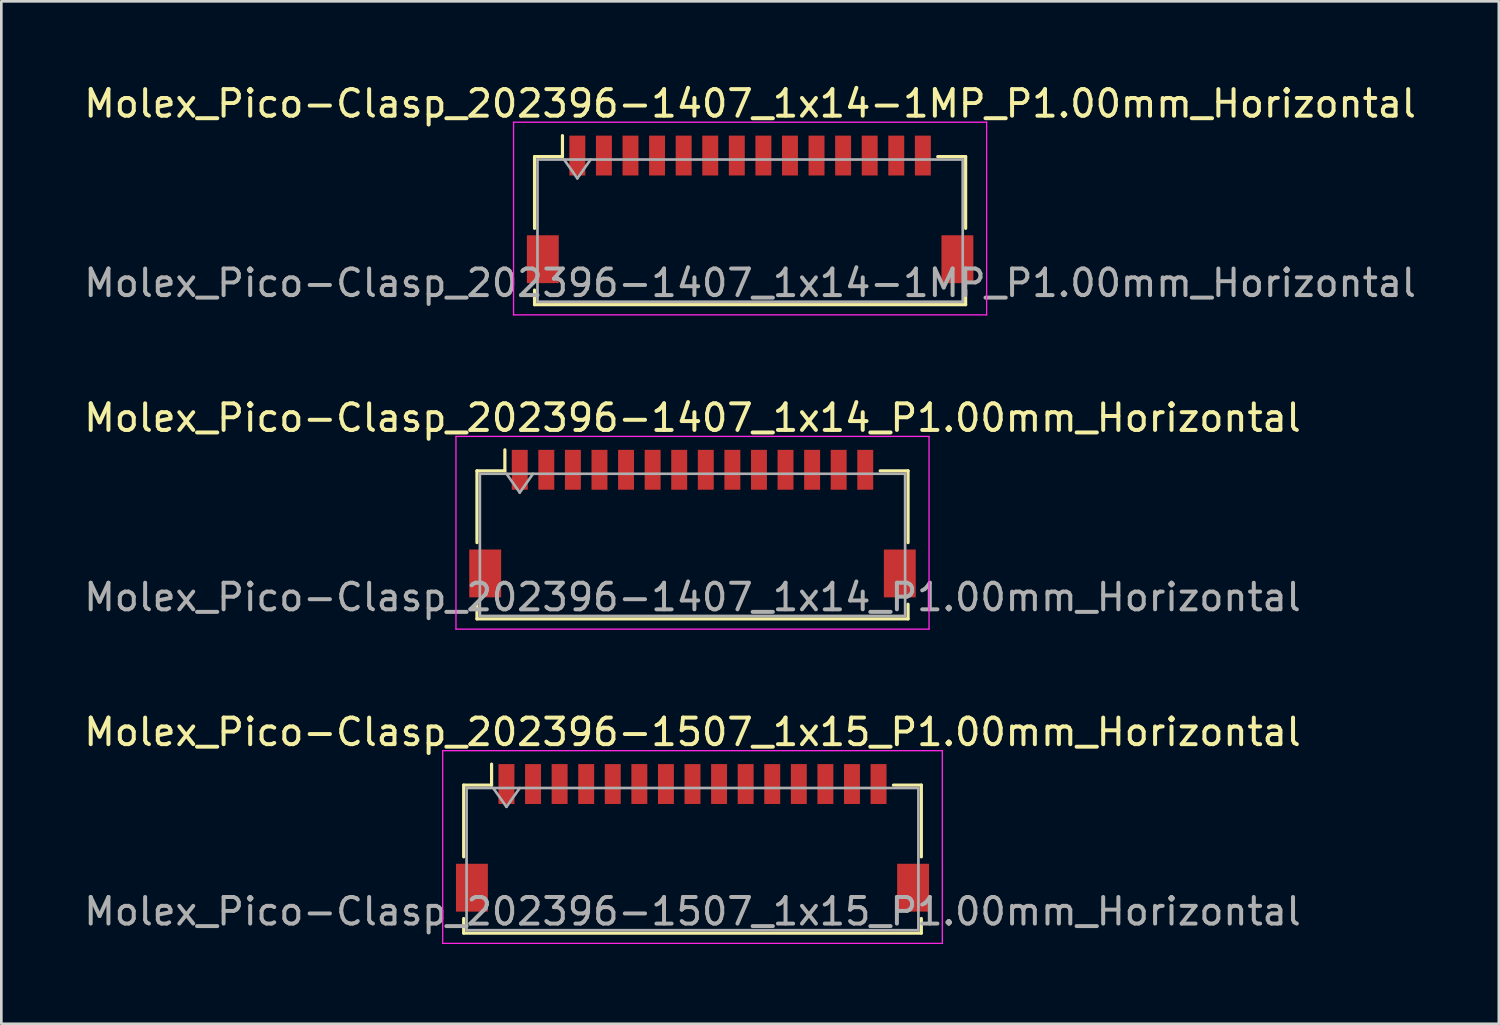
<source format=kicad_pcb>
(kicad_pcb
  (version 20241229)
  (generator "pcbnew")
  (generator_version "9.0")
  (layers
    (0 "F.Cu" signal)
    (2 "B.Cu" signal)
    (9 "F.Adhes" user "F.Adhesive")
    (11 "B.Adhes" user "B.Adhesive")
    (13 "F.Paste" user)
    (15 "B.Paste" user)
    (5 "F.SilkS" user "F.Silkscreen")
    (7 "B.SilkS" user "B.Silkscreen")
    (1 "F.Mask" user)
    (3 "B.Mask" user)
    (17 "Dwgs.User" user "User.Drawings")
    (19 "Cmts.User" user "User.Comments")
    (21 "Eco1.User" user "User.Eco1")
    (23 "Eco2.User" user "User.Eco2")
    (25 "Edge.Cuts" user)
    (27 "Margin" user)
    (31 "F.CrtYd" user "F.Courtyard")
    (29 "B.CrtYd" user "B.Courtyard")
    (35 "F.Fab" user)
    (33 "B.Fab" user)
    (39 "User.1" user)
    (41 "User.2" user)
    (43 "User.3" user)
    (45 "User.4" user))
  (footprint "Molex_Pico-Clasp_202396-1507_1x15_P1.00mm_Horizontal"
    (layer "F.Cu")
    (at 23.006 28.475)
    (property "Reference" "Molex_Pico-Clasp_202396-1507_1x15_P1.00mm_Horizontal" (at 0 -3.98 0) (layer "F.SilkS") (effects (font (size 1 1) (thickness 0.15))))
    (attr smd)
    (fp_line (start -8.61 -1.985) (end -7.56 -1.985) (stroke (width 0.12) (type solid)) (layer "F.SilkS"))
    (fp_line (start -8.61 0.715) (end -8.61 -1.985) (stroke (width 0.12) (type solid)) (layer "F.SilkS"))
    (fp_line (start -8.61 3.035) (end -8.61 3.585) (stroke (width 0.12) (type solid)) (layer "F.SilkS"))
    (fp_line (start -8.61 3.585) (end 8.61 3.585) (stroke (width 0.12) (type solid)) (layer "F.SilkS"))
    (fp_line (start -7.56 -1.985) (end -7.56 -2.775) (stroke (width 0.12) (type solid)) (layer "F.SilkS"))
    (fp_line (start 8.61 -1.985) (end 7.56 -1.985) (stroke (width 0.12) (type solid)) (layer "F.SilkS"))
    (fp_line (start 8.61 0.715) (end 8.61 -1.985) (stroke (width 0.12) (type solid)) (layer "F.SilkS"))
    (fp_line (start 8.61 3.585) (end 8.61 3.035) (stroke (width 0.12) (type solid)) (layer "F.SilkS"))
    (fp_line (start -9.4 -3.28) (end -9.4 3.97) (stroke (width 0.05) (type solid)) (layer "F.CrtYd"))
    (fp_line (start -9.4 3.97) (end 9.4 3.97) (stroke (width 0.05) (type solid)) (layer "F.CrtYd"))
    (fp_line (start 9.4 -3.28) (end -9.4 -3.28) (stroke (width 0.05) (type solid)) (layer "F.CrtYd"))
    (fp_line (start 9.4 3.97) (end 9.4 -3.28) (stroke (width 0.05) (type solid)) (layer "F.CrtYd"))
    (fp_line (start -8.5 -1.875) (end -8.5 3.475) (stroke (width 0.1) (type solid)) (layer "F.Fab"))
    (fp_line (start -8.5 -1.875) (end 8.5 -1.875) (stroke (width 0.1) (type solid)) (layer "F.Fab"))
    (fp_line (start -8.5 3.475) (end 8.5 3.475) (stroke (width 0.1) (type solid)) (layer "F.Fab"))
    (fp_line (start -7.5 -1.875) (end -7 -1.168) (stroke (width 0.1) (type solid)) (layer "F.Fab"))
    (fp_line (start -7 -1.168) (end -6.5 -1.875) (stroke (width 0.1) (type solid)) (layer "F.Fab"))
    (fp_line (start 8.5 -1.875) (end 8.5 3.475) (stroke (width 0.1) (type solid)) (layer "F.Fab"))
    (fp_text user "${REFERENCE}" (at 0 2.77 0) (layer "F.Fab") (effects (font (size 1 1) (thickness 0.15))))
    (pad "" smd rect (at -8.3 1.875) (size 1.2 1.8) (layers "F.Cu" "F.Mask" "F.Paste"))
    (pad "" smd rect (at 8.3 1.875) (size 1.2 1.8) (layers "F.Cu" "F.Mask" "F.Paste"))
    (pad "1" smd rect (at -7 -2.025) (size 0.6 1.5) (layers "F.Cu" "F.Mask" "F.Paste"))
    (pad "2" smd rect (at -6 -2.025) (size 0.6 1.5) (layers "F.Cu" "F.Mask" "F.Paste"))
    (pad "3" smd rect (at -5 -2.025) (size 0.6 1.5) (layers "F.Cu" "F.Mask" "F.Paste"))
    (pad "4" smd rect (at -4 -2.025) (size 0.6 1.5) (layers "F.Cu" "F.Mask" "F.Paste"))
    (pad "5" smd rect (at -3 -2.025) (size 0.6 1.5) (layers "F.Cu" "F.Mask" "F.Paste"))
    (pad "6" smd rect (at -2 -2.025) (size 0.6 1.5) (layers "F.Cu" "F.Mask" "F.Paste"))
    (pad "7" smd rect (at -1 -2.025) (size 0.6 1.5) (layers "F.Cu" "F.Mask" "F.Paste"))
    (pad "8" smd rect (at 0 -2.025) (size 0.6 1.5) (layers "F.Cu" "F.Mask" "F.Paste"))
    (pad "9" smd rect (at 1 -2.025) (size 0.6 1.5) (layers "F.Cu" "F.Mask" "F.Paste"))
    (pad "10" smd rect (at 2 -2.025) (size 0.6 1.5) (layers "F.Cu" "F.Mask" "F.Paste"))
    (pad "11" smd rect (at 3 -2.025) (size 0.6 1.5) (layers "F.Cu" "F.Mask" "F.Paste"))
    (pad "12" smd rect (at 4 -2.025) (size 0.6 1.5) (layers "F.Cu" "F.Mask" "F.Paste"))
    (pad "13" smd rect (at 5 -2.025) (size 0.6 1.5) (layers "F.Cu" "F.Mask" "F.Paste"))
    (pad "14" smd rect (at 6 -2.025) (size 0.6 1.5) (layers "F.Cu" "F.Mask" "F.Paste"))
    (pad "15" smd rect (at 7 -2.025) (size 0.6 1.5) (layers "F.Cu" "F.Mask" "F.Paste")))
  (footprint "Molex_Pico-Clasp_202396-1407_1x14_P1.00mm_Horizontal"
    (layer "F.Cu")
    (at 23.006 16.651)
    (property "Reference" "Molex_Pico-Clasp_202396-1407_1x14_P1.00mm_Horizontal" (at 0 -3.98 0) (layer "F.SilkS") (effects (font (size 1 1) (thickness 0.15))))
    (attr smd)
    (fp_line (start -8.11 -1.985) (end -7.06 -1.985) (stroke (width 0.12) (type solid)) (layer "F.SilkS"))
    (fp_line (start -8.11 0.715) (end -8.11 -1.985) (stroke (width 0.12) (type solid)) (layer "F.SilkS"))
    (fp_line (start -8.11 3.035) (end -8.11 3.585) (stroke (width 0.12) (type solid)) (layer "F.SilkS"))
    (fp_line (start -8.11 3.585) (end 8.11 3.585) (stroke (width 0.12) (type solid)) (layer "F.SilkS"))
    (fp_line (start -7.06 -1.985) (end -7.06 -2.775) (stroke (width 0.12) (type solid)) (layer "F.SilkS"))
    (fp_line (start 8.11 -1.985) (end 7.06 -1.985) (stroke (width 0.12) (type solid)) (layer "F.SilkS"))
    (fp_line (start 8.11 0.715) (end 8.11 -1.985) (stroke (width 0.12) (type solid)) (layer "F.SilkS"))
    (fp_line (start 8.11 3.585) (end 8.11 3.035) (stroke (width 0.12) (type solid)) (layer "F.SilkS"))
    (fp_line (start -8.9 -3.28) (end -8.9 3.97) (stroke (width 0.05) (type solid)) (layer "F.CrtYd"))
    (fp_line (start -8.9 3.97) (end 8.9 3.97) (stroke (width 0.05) (type solid)) (layer "F.CrtYd"))
    (fp_line (start 8.9 -3.28) (end -8.9 -3.28) (stroke (width 0.05) (type solid)) (layer "F.CrtYd"))
    (fp_line (start 8.9 3.97) (end 8.9 -3.28) (stroke (width 0.05) (type solid)) (layer "F.CrtYd"))
    (fp_line (start -8 -1.875) (end -8 3.475) (stroke (width 0.1) (type solid)) (layer "F.Fab"))
    (fp_line (start -8 -1.875) (end 8 -1.875) (stroke (width 0.1) (type solid)) (layer "F.Fab"))
    (fp_line (start -8 3.475) (end 8 3.475) (stroke (width 0.1) (type solid)) (layer "F.Fab"))
    (fp_line (start -7 -1.875) (end -6.5 -1.168) (stroke (width 0.1) (type solid)) (layer "F.Fab"))
    (fp_line (start -6.5 -1.168) (end -6 -1.875) (stroke (width 0.1) (type solid)) (layer "F.Fab"))
    (fp_line (start 8 -1.875) (end 8 3.475) (stroke (width 0.1) (type solid)) (layer "F.Fab"))
    (fp_text user "${REFERENCE}" (at 0 2.77 0) (layer "F.Fab") (effects (font (size 1 1) (thickness 0.15))))
    (pad "" smd rect (at -7.8 1.875) (size 1.2 1.8) (layers "F.Cu" "F.Mask" "F.Paste"))
    (pad "" smd rect (at 7.8 1.875) (size 1.2 1.8) (layers "F.Cu" "F.Mask" "F.Paste"))
    (pad "1" smd rect (at -6.5 -2.025) (size 0.6 1.5) (layers "F.Cu" "F.Mask" "F.Paste"))
    (pad "2" smd rect (at -5.5 -2.025) (size 0.6 1.5) (layers "F.Cu" "F.Mask" "F.Paste"))
    (pad "3" smd rect (at -4.5 -2.025) (size 0.6 1.5) (layers "F.Cu" "F.Mask" "F.Paste"))
    (pad "4" smd rect (at -3.5 -2.025) (size 0.6 1.5) (layers "F.Cu" "F.Mask" "F.Paste"))
    (pad "5" smd rect (at -2.5 -2.025) (size 0.6 1.5) (layers "F.Cu" "F.Mask" "F.Paste"))
    (pad "6" smd rect (at -1.5 -2.025) (size 0.6 1.5) (layers "F.Cu" "F.Mask" "F.Paste"))
    (pad "7" smd rect (at -0.5 -2.025) (size 0.6 1.5) (layers "F.Cu" "F.Mask" "F.Paste"))
    (pad "8" smd rect (at 0.5 -2.025) (size 0.6 1.5) (layers "F.Cu" "F.Mask" "F.Paste"))
    (pad "9" smd rect (at 1.5 -2.025) (size 0.6 1.5) (layers "F.Cu" "F.Mask" "F.Paste"))
    (pad "10" smd rect (at 2.5 -2.025) (size 0.6 1.5) (layers "F.Cu" "F.Mask" "F.Paste"))
    (pad "11" smd rect (at 3.5 -2.025) (size 0.6 1.5) (layers "F.Cu" "F.Mask" "F.Paste"))
    (pad "12" smd rect (at 4.5 -2.025) (size 0.6 1.5) (layers "F.Cu" "F.Mask" "F.Paste"))
    (pad "13" smd rect (at 5.5 -2.025) (size 0.6 1.5) (layers "F.Cu" "F.Mask" "F.Paste"))
    (pad "14" smd rect (at 6.5 -2.025) (size 0.6 1.5) (layers "F.Cu" "F.Mask" "F.Paste")))
  (footprint "Molex_Pico-Clasp_202396-1407_1x14-1MP_P1.00mm_Horizontal"
    (layer "F.Cu")
    (at 25.173 4.828)
    (property "Reference" "Molex_Pico-Clasp_202396-1407_1x14-1MP_P1.00mm_Horizontal" (at 0 -3.98 0) (layer "F.SilkS") (effects (font (size 1 1) (thickness 0.15))))
    (attr smd)
    (fp_line (start -8.11 -1.985) (end -7.06 -1.985) (stroke (width 0.12) (type solid)) (layer "F.SilkS"))
    (fp_line (start -8.11 0.715) (end -8.11 -1.985) (stroke (width 0.12) (type solid)) (layer "F.SilkS"))
    (fp_line (start -8.11 3.035) (end -8.11 3.585) (stroke (width 0.12) (type solid)) (layer "F.SilkS"))
    (fp_line (start -8.11 3.585) (end 8.11 3.585) (stroke (width 0.12) (type solid)) (layer "F.SilkS"))
    (fp_line (start -7.06 -1.985) (end -7.06 -2.775) (stroke (width 0.12) (type solid)) (layer "F.SilkS"))
    (fp_line (start 8.11 -1.985) (end 7.06 -1.985) (stroke (width 0.12) (type solid)) (layer "F.SilkS"))
    (fp_line (start 8.11 0.715) (end 8.11 -1.985) (stroke (width 0.12) (type solid)) (layer "F.SilkS"))
    (fp_line (start 8.11 3.585) (end 8.11 3.035) (stroke (width 0.12) (type solid)) (layer "F.SilkS"))
    (fp_line (start -8.9 -3.28) (end -8.9 3.97) (stroke (width 0.05) (type solid)) (layer "F.CrtYd"))
    (fp_line (start -8.9 3.97) (end 8.9 3.97) (stroke (width 0.05) (type solid)) (layer "F.CrtYd"))
    (fp_line (start 8.9 -3.28) (end -8.9 -3.28) (stroke (width 0.05) (type solid)) (layer "F.CrtYd"))
    (fp_line (start 8.9 3.97) (end 8.9 -3.28) (stroke (width 0.05) (type solid)) (layer "F.CrtYd"))
    (fp_line (start -8 -1.875) (end -8 3.475) (stroke (width 0.1) (type solid)) (layer "F.Fab"))
    (fp_line (start -8 -1.875) (end 8 -1.875) (stroke (width 0.1) (type solid)) (layer "F.Fab"))
    (fp_line (start -8 3.475) (end 8 3.475) (stroke (width 0.1) (type solid)) (layer "F.Fab"))
    (fp_line (start -7 -1.875) (end -6.5 -1.168) (stroke (width 0.1) (type solid)) (layer "F.Fab"))
    (fp_line (start -6.5 -1.168) (end -6 -1.875) (stroke (width 0.1) (type solid)) (layer "F.Fab"))
    (fp_line (start 8 -1.875) (end 8 3.475) (stroke (width 0.1) (type solid)) (layer "F.Fab"))
    (fp_text user "${REFERENCE}" (at 0 2.77 0) (layer "F.Fab") (effects (font (size 1 1) (thickness 0.15))))
    (pad "1" smd rect (at -6.5 -2.025) (size 0.6 1.5) (layers "F.Cu" "F.Mask" "F.Paste"))
    (pad "2" smd rect (at -5.5 -2.025) (size 0.6 1.5) (layers "F.Cu" "F.Mask" "F.Paste"))
    (pad "3" smd rect (at -4.5 -2.025) (size 0.6 1.5) (layers "F.Cu" "F.Mask" "F.Paste"))
    (pad "4" smd rect (at -3.5 -2.025) (size 0.6 1.5) (layers "F.Cu" "F.Mask" "F.Paste"))
    (pad "5" smd rect (at -2.5 -2.025) (size 0.6 1.5) (layers "F.Cu" "F.Mask" "F.Paste"))
    (pad "6" smd rect (at -1.5 -2.025) (size 0.6 1.5) (layers "F.Cu" "F.Mask" "F.Paste"))
    (pad "7" smd rect (at -0.5 -2.025) (size 0.6 1.5) (layers "F.Cu" "F.Mask" "F.Paste"))
    (pad "8" smd rect (at 0.5 -2.025) (size 0.6 1.5) (layers "F.Cu" "F.Mask" "F.Paste"))
    (pad "9" smd rect (at 1.5 -2.025) (size 0.6 1.5) (layers "F.Cu" "F.Mask" "F.Paste"))
    (pad "10" smd rect (at 2.5 -2.025) (size 0.6 1.5) (layers "F.Cu" "F.Mask" "F.Paste"))
    (pad "11" smd rect (at 3.5 -2.025) (size 0.6 1.5) (layers "F.Cu" "F.Mask" "F.Paste"))
    (pad "12" smd rect (at 4.5 -2.025) (size 0.6 1.5) (layers "F.Cu" "F.Mask" "F.Paste"))
    (pad "13" smd rect (at 5.5 -2.025) (size 0.6 1.5) (layers "F.Cu" "F.Mask" "F.Paste"))
    (pad "14" smd rect (at 6.5 -2.025) (size 0.6 1.5) (layers "F.Cu" "F.Mask" "F.Paste"))
    (pad "MP" smd rect (at -7.8 1.875) (size 1.2 1.8) (layers "F.Cu" "F.Mask" "F.Paste"))
    (pad "MP" smd rect (at 7.8 1.875) (size 1.2 1.8) (layers "F.Cu" "F.Mask" "F.Paste")))
  (gr_rect
    (start -3 -3)
    (end 53.345 35.47)
    (stroke (width 0.1) (type default))
    (fill no)
    (layer "Edge.Cuts")))
</source>
